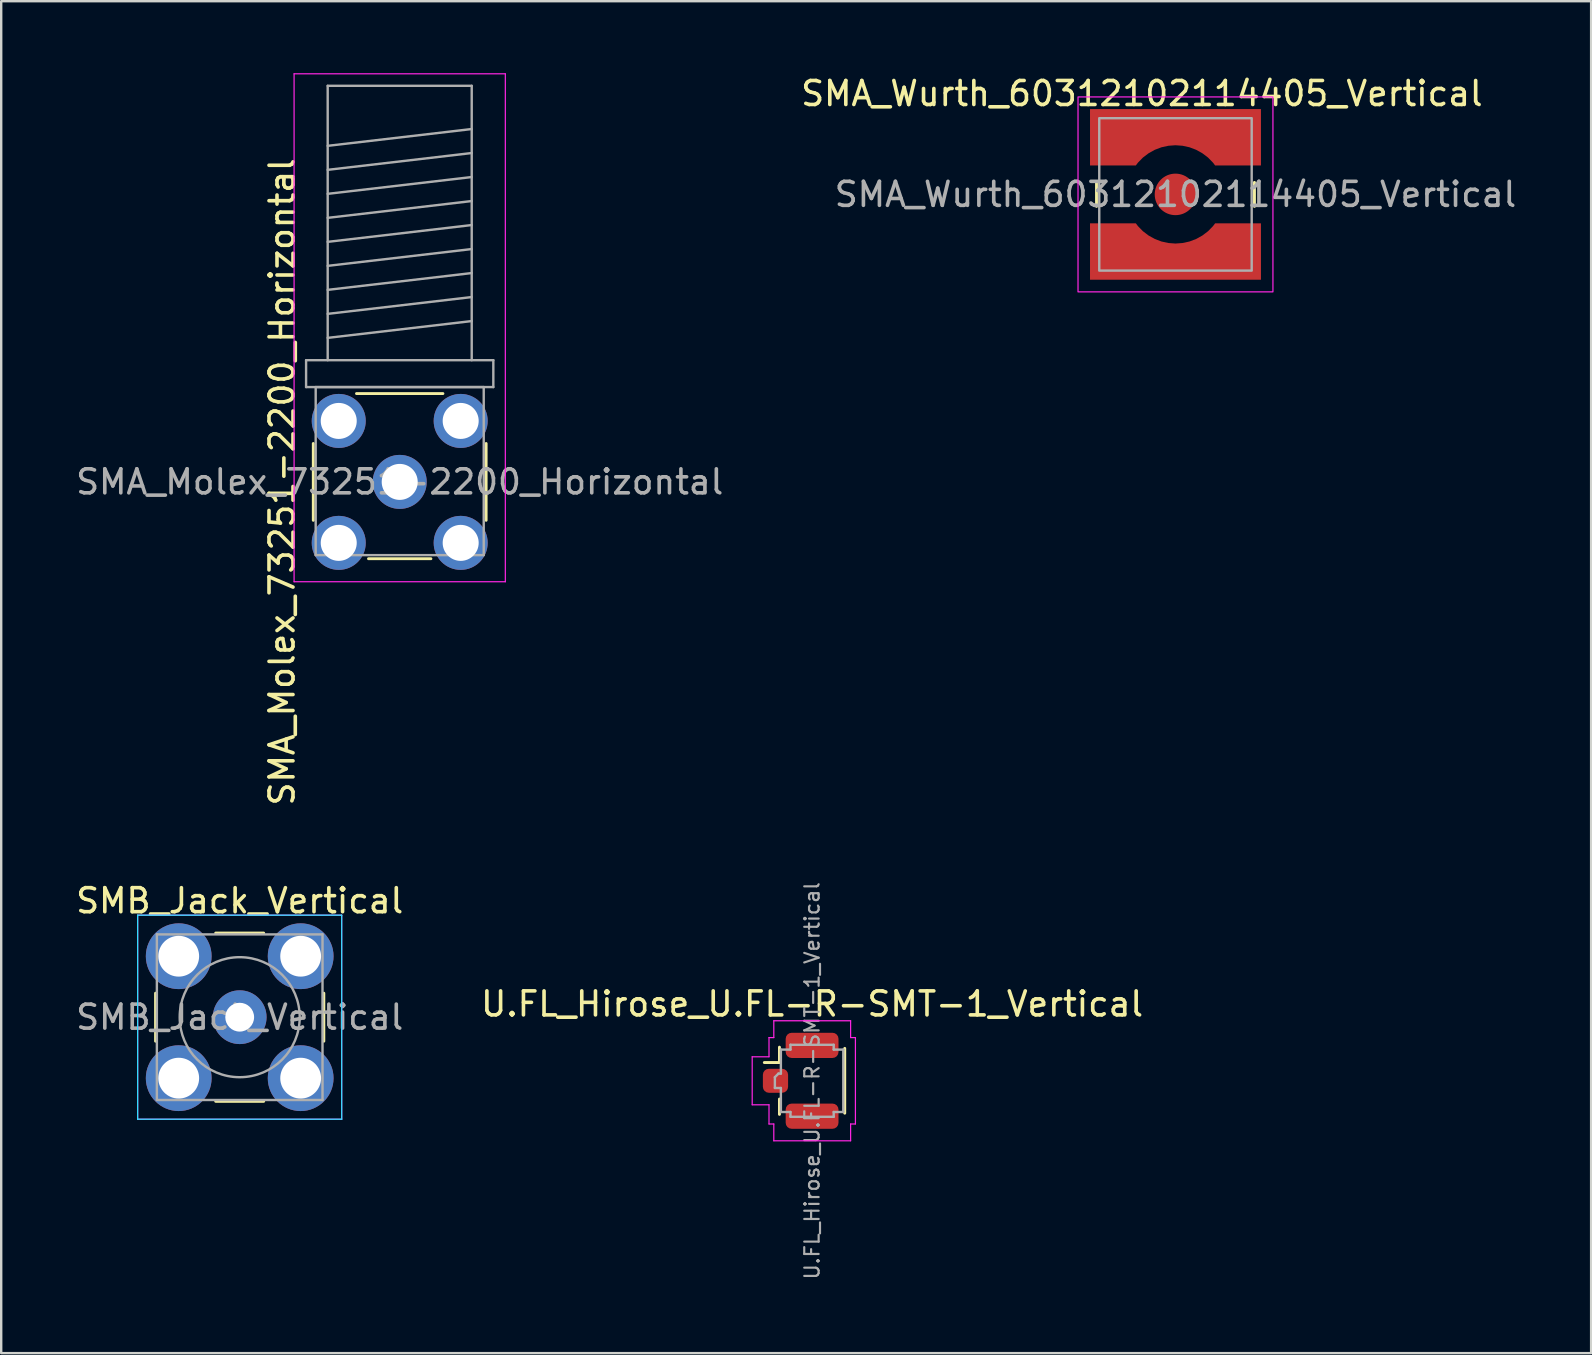
<source format=kicad_pcb>
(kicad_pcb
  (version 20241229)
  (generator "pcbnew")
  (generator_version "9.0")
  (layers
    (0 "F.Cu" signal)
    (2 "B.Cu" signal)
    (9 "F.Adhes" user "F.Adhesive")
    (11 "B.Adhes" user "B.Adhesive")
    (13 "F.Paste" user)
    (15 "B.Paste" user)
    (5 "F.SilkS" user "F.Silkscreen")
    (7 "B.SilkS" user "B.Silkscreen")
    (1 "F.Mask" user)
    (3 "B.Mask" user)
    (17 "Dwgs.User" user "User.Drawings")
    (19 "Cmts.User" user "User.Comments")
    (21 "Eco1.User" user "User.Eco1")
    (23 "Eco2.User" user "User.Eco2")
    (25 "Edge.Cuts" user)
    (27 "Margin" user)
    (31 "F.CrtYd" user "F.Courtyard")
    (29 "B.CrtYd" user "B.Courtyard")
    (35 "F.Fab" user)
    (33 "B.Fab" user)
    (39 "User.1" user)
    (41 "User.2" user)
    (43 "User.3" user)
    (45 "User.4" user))
  (footprint "SMB_Jack_Vertical"
    (layer "F.Cu")
    (at 6.935 39.324)
    (property "Reference" "SMB_Jack_Vertical" (at 0 -4.85 0) (layer "F.SilkS") (effects (font (size 1 1) (thickness 0.15))))
    (attr through_hole)
    (fp_line (start -3.505 1) (end -3.505 -1) (stroke (width 0.12) (type solid)) (layer "F.SilkS"))
    (fp_line (start -1 -3.505) (end 1 -3.505) (stroke (width 0.12) (type solid)) (layer "F.SilkS"))
    (fp_line (start 1 3.505) (end -1 3.505) (stroke (width 0.12) (type solid)) (layer "F.SilkS"))
    (fp_line (start 3.505 -1) (end 3.505 1) (stroke (width 0.12) (type solid)) (layer "F.SilkS"))
    (fp_line (start -4.25 -4.25) (end 4.25 -4.25) (stroke (width 0.05) (type solid)) (layer "B.CrtYd"))
    (fp_line (start -4.25 4.25) (end -4.25 -4.25) (stroke (width 0.05) (type solid)) (layer "B.CrtYd"))
    (fp_line (start 4.25 -4.25) (end 4.25 4.25) (stroke (width 0.05) (type solid)) (layer "B.CrtYd"))
    (fp_line (start 4.25 4.25) (end -4.25 4.25) (stroke (width 0.05) (type solid)) (layer "B.CrtYd"))
    (fp_line (start -4.25 -4.25) (end 4.25 -4.25) (stroke (width 0.05) (type solid)) (layer "F.CrtYd"))
    (fp_line (start -4.25 4.25) (end -4.25 -4.25) (stroke (width 0.05) (type solid)) (layer "F.CrtYd"))
    (fp_line (start 4.25 -4.25) (end 4.25 4.25) (stroke (width 0.05) (type solid)) (layer "F.CrtYd"))
    (fp_line (start 4.25 4.25) (end -4.25 4.25) (stroke (width 0.05) (type solid)) (layer "F.CrtYd"))
    (fp_line (start -3.45 -3.45) (end -3.45 3.45) (stroke (width 0.1) (type solid)) (layer "F.Fab"))
    (fp_line (start -3.45 3.45) (end 3.45 3.45) (stroke (width 0.1) (type solid)) (layer "F.Fab"))
    (fp_line (start 3.45 -3.45) (end -3.45 -3.45) (stroke (width 0.1) (type solid)) (layer "F.Fab"))
    (fp_line (start 3.45 3.45) (end 3.45 -3.45) (stroke (width 0.1) (type solid)) (layer "F.Fab"))
    (fp_circle (center 0 0) (end 2.5 0) (stroke (width 0.1) (type solid)) (fill no) (layer "F.Fab"))
    (fp_text user "${REFERENCE}" (at 0 0 0) (layer "F.Fab") (effects (font (size 1 1) (thickness 0.15))))
    (pad "1" thru_hole circle (at 0 0) (size 2.24 2.24) (drill 1.2) (layers "*.Cu" "*.Mask"))
    (pad "2" thru_hole circle (at -2.54 -2.54) (size 2.74 2.74) (drill 1.7) (layers "*.Cu" "*.Mask"))
    (pad "2" thru_hole circle (at -2.54 2.54) (size 2.74 2.74) (drill 1.7) (layers "*.Cu" "*.Mask"))
    (pad "2" thru_hole circle (at 2.54 -2.54) (size 2.74 2.74) (drill 1.7) (layers "*.Cu" "*.Mask"))
    (pad "2" thru_hole circle (at 2.54 2.54) (size 2.74 2.74) (drill 1.7) (layers "*.Cu" "*.Mask")))
  (footprint "SMA_Wurth_60312102114405_Vertical"
    (layer "F.Cu")
    (at 45.918 5.048)
    (property "Reference" "SMA_Wurth_60312102114405_Vertical" (at -1.4 -4.2 0) (unlocked yes) (layer "F.SilkS") (effects (font (size 1 1) (thickness 0.15))))
    (attr smd)
    (fp_line (start -3.29 -0.5) (end -3.29 0.5) (stroke (width 0.12) (type default)) (layer "F.SilkS"))
    (fp_line (start 3.29 -0.5) (end 3.29 0.5) (stroke (width 0.12) (type default)) (layer "F.SilkS"))
    (fp_poly (pts (xy -1.652 1.205) (xy -3.56 1.205) (xy -3.56 3.555) (xy -1.205 3.555) (xy -1.205 1.652) (xy -1.332 1.556) (xy -1.556 1.332)) (stroke (width 0.001) (type solid)) (fill yes) (layer "F.Paste"))
    (fp_poly (pts (xy -1.205 -1.652) (xy -1.205 -3.555) (xy -3.56 -3.555) (xy -3.56 -1.205) (xy -1.652 -1.205) (xy -1.556 -1.332) (xy -1.332 -1.556)) (stroke (width 0.001) (type solid)) (fill yes) (layer "F.Paste"))
    (fp_poly (pts (xy 1.205 1.652) (xy 1.205 3.555) (xy 3.56 3.555) (xy 3.56 1.205) (xy 1.652 1.205) (xy 1.556 1.332) (xy 1.332 1.556)) (stroke (width 0.001) (type solid)) (fill yes) (layer "F.Paste"))
    (fp_poly (pts (xy 1.652 -1.205) (xy 3.56 -1.205) (xy 3.56 -3.555) (xy 1.205 -3.555) (xy 1.205 -1.652) (xy 1.332 -1.556) (xy 1.556 -1.332)) (stroke (width 0.001) (type solid)) (fill yes) (layer "F.Paste"))
    (fp_rect (start 4.06 -4.06) (end -4.06 4.06) (stroke (width 0.05) (type default)) (fill no) (layer "F.CrtYd"))
    (fp_rect (start 3.175 -3.175) (end -3.175 3.175) (stroke (width 0.1) (type default)) (fill no) (layer "F.Fab"))
    (fp_text user "${REFERENCE}" (at 0 0 0) (unlocked yes) (layer "F.Fab") (effects (font (size 1 1) (thickness 0.15))))
    (pad "1" smd circle (at 0 0 270) (size 1.73 1.73) (layers "F.Cu" "F.Mask" "F.Paste"))
    (pad "2" smd custom (at 0 -2.8 90) (size 1 1) (layers "F.Cu" "F.Mask") (options (anchor rect)) (primitives (gr_poly (pts (xy -1.595 1.652) (xy -1.595 3.56) (xy 0.755 3.56) (xy 0.755 -3.56) (xy -1.595 -3.56) (xy -1.595 -1.652) (xy -1.477 -1.563) (xy -1.265 -1.356) (xy -1.086 -1.12) (xy -0.942 -0.861) (xy -0.837 -0.584) (xy -0.774 -0.295) (xy -0.752 0) (xy -0.774 0.295) (xy -0.837 0.584) (xy -0.942 0.861) (xy -1.086 1.12) (xy -1.265 1.356) (xy -1.477 1.563)) (width 0.001) (fill yes))))
    (pad "2" smd custom (at 0 2.8 270) (size 1 1) (layers "F.Cu" "F.Mask") (options (anchor rect)) (primitives (gr_poly (pts (xy -0.837 0.584) (xy -0.942 0.861) (xy -1.086 1.12) (xy -1.265 1.356) (xy -1.477 1.563) (xy -1.595 1.652) (xy -1.595 3.56) (xy 0.755 3.56) (xy 0.755 -3.56) (xy -1.595 -3.56) (xy -1.595 -1.652) (xy -1.477 -1.563) (xy -1.265 -1.356) (xy -1.086 -1.12) (xy -0.942 -0.861) (xy -0.837 -0.584) (xy -0.774 -0.295) (xy -0.752 0) (xy -0.774 0.295)) (width 0.001) (fill yes)))))
  (footprint "SMA_Molex_73251-2200_Horizontal"
    (layer "F.Cu")
    (at 13.601 17.025)
    (property "Reference" "SMA_Molex_73251-2200_Horizontal" (at -4.9 0 90) (layer "F.SilkS") (effects (font (size 1 1) (thickness 0.15))))
    (attr through_hole)
    (fp_line (start -3.6 -1.6) (end -3.6 1.6) (stroke (width 0.12) (type solid)) (layer "F.SilkS"))
    (fp_line (start -1.8 -3.68) (end 1.8 -3.68) (stroke (width 0.12) (type solid)) (layer "F.SilkS"))
    (fp_line (start -1.3 3.2) (end 1.3 3.2) (stroke (width 0.12) (type solid)) (layer "F.SilkS"))
    (fp_line (start 3.6 -1.6) (end 3.6 1.6) (stroke (width 0.12) (type solid)) (layer "F.SilkS"))
    (fp_line (start -4.4 -17) (end -4.4 4.16) (stroke (width 0.05) (type solid)) (layer "F.CrtYd"))
    (fp_line (start -4.4 -17) (end 4.4 -17) (stroke (width 0.05) (type solid)) (layer "F.CrtYd"))
    (fp_line (start 4.4 4.16) (end -4.4 4.16) (stroke (width 0.05) (type solid)) (layer "F.CrtYd"))
    (fp_line (start 4.4 4.16) (end 4.4 -17) (stroke (width 0.05) (type solid)) (layer "F.CrtYd"))
    (fp_line (start -3.9 -5.07) (end -3.9 -3.95) (stroke (width 0.1) (type solid)) (layer "F.Fab"))
    (fp_line (start -3.9 -3.95) (end 3.9 -3.95) (stroke (width 0.1) (type solid)) (layer "F.Fab"))
    (fp_line (start -3.5 -3.95) (end -3.5 3.05) (stroke (width 0.1) (type solid)) (layer "F.Fab"))
    (fp_line (start -3.5 -3.95) (end 3.5 -3.95) (stroke (width 0.1) (type solid)) (layer "F.Fab"))
    (fp_line (start -3.5 3.05) (end 3.5 3.05) (stroke (width 0.1) (type solid)) (layer "F.Fab"))
    (fp_line (start -3 -16.5) (end -3 -5.07) (stroke (width 0.1) (type solid)) (layer "F.Fab"))
    (fp_line (start -3 -16.5) (end 3 -16.5) (stroke (width 0.1) (type solid)) (layer "F.Fab"))
    (fp_line (start -3 -14) (end 3 -14.7) (stroke (width 0.1) (type solid)) (layer "F.Fab"))
    (fp_line (start -3 -13) (end 3 -13.7) (stroke (width 0.1) (type solid)) (layer "F.Fab"))
    (fp_line (start -3 -12) (end 3 -12.7) (stroke (width 0.1) (type solid)) (layer "F.Fab"))
    (fp_line (start -3 -11) (end 3 -11.7) (stroke (width 0.1) (type solid)) (layer "F.Fab"))
    (fp_line (start -3 -10) (end 3 -10.7) (stroke (width 0.1) (type solid)) (layer "F.Fab"))
    (fp_line (start -3 -9) (end 3 -9.7) (stroke (width 0.1) (type solid)) (layer "F.Fab"))
    (fp_line (start -3 -8) (end 3 -8.7) (stroke (width 0.1) (type solid)) (layer "F.Fab"))
    (fp_line (start -3 -7) (end 3 -7.7) (stroke (width 0.1) (type solid)) (layer "F.Fab"))
    (fp_line (start -3 -6) (end 3 -6.7) (stroke (width 0.1) (type solid)) (layer "F.Fab"))
    (fp_line (start 3 -16.5) (end 3 -5.07) (stroke (width 0.1) (type solid)) (layer "F.Fab"))
    (fp_line (start 3.5 -3.95) (end 3.5 3.05) (stroke (width 0.1) (type solid)) (layer "F.Fab"))
    (fp_line (start 3.9 -5.07) (end -3.9 -5.07) (stroke (width 0.1) (type solid)) (layer "F.Fab"))
    (fp_line (start 3.9 -3.95) (end 3.9 -5.07) (stroke (width 0.1) (type solid)) (layer "F.Fab"))
    (fp_text user "${REFERENCE}" (at 0 0 0) (layer "F.Fab") (effects (font (size 1 1) (thickness 0.15))))
    (pad "1" thru_hole circle (at 0 0) (size 2.25 2.25) (drill 1.5) (layers "*.Cu" "*.Mask"))
    (pad "2" thru_hole circle (at -2.54 -2.54) (size 2.25 2.25) (drill 1.5) (layers "*.Cu" "*.Mask"))
    (pad "2" thru_hole circle (at -2.54 2.54) (size 2.25 2.25) (drill 1.5) (layers "*.Cu" "*.Mask"))
    (pad "2" thru_hole circle (at 2.54 -2.54) (size 2.25 2.25) (drill 1.5) (layers "*.Cu" "*.Mask"))
    (pad "2" thru_hole circle (at 2.54 2.54 90) (size 2.25 2.25) (drill 1.5) (layers "*.Cu" "*.Mask")))
  (footprint "U.FL_Hirose_U.FL-R-SMT-1_Vertical"
    (layer "F.Cu")
    (at 30.305 41.973)
    (property "Reference" "U.FL_Hirose_U.FL-R-SMT-1_Vertical" (at 0.475 -3.2 0) (layer "F.SilkS") (effects (font (size 1 1) (thickness 0.15))))
    (attr smd)
    (fp_rect (start -0.515 -0.94) (end 1.575 0.94) (stroke (width 0) (type solid)) (fill yes) (layer "F.Mask"))
    (fp_line (start -0.885 -1.4) (end -0.885 -0.76) (stroke (width 0.12) (type solid)) (layer "F.SilkS"))
    (fp_line (start -0.885 -0.76) (end -1.515 -0.76) (stroke (width 0.12) (type solid)) (layer "F.SilkS"))
    (fp_line (start -0.885 1.4) (end -0.885 0.76) (stroke (width 0.12) (type solid)) (layer "F.SilkS"))
    (fp_line (start 1.835 -1.35) (end 1.835 1.35) (stroke (width 0.12) (type solid)) (layer "F.SilkS"))
    (fp_line (start -2.02 1) (end -2.02 -1) (stroke (width 0.05) (type solid)) (layer "F.CrtYd"))
    (fp_line (start -1.32 -1.8) (end -1.12 -1.8) (stroke (width 0.05) (type solid)) (layer "F.CrtYd"))
    (fp_line (start -1.32 -1) (end -2.02 -1) (stroke (width 0.05) (type solid)) (layer "F.CrtYd"))
    (fp_line (start -1.32 -1) (end -1.32 -1.8) (stroke (width 0.05) (type solid)) (layer "F.CrtYd"))
    (fp_line (start -1.32 1) (end -2.02 1) (stroke (width 0.05) (type solid)) (layer "F.CrtYd"))
    (fp_line (start -1.32 1.8) (end -1.32 1) (stroke (width 0.05) (type solid)) (layer "F.CrtYd"))
    (fp_line (start -1.32 1.8) (end -1.12 1.8) (stroke (width 0.05) (type solid)) (layer "F.CrtYd"))
    (fp_line (start -1.12 -1.8) (end -1.12 -2.5) (stroke (width 0.05) (type solid)) (layer "F.CrtYd"))
    (fp_line (start -1.12 2.5) (end -1.12 1.8) (stroke (width 0.05) (type solid)) (layer "F.CrtYd"))
    (fp_line (start 2.08 -2.5) (end -1.12 -2.5) (stroke (width 0.05) (type solid)) (layer "F.CrtYd"))
    (fp_line (start 2.08 -1.8) (end 2.08 -2.5) (stroke (width 0.05) (type solid)) (layer "F.CrtYd"))
    (fp_line (start 2.08 -1.8) (end 2.28 -1.8) (stroke (width 0.05) (type solid)) (layer "F.CrtYd"))
    (fp_line (start 2.08 1.8) (end 2.28 1.8) (stroke (width 0.05) (type solid)) (layer "F.CrtYd"))
    (fp_line (start 2.08 2.5) (end -1.12 2.5) (stroke (width 0.05) (type solid)) (layer "F.CrtYd"))
    (fp_line (start 2.08 2.5) (end 2.08 1.8) (stroke (width 0.05) (type solid)) (layer "F.CrtYd"))
    (fp_line (start 2.28 1.8) (end 2.28 -1.8) (stroke (width 0.05) (type solid)) (layer "F.CrtYd"))
    (fp_line (start -1.075 0.3) (end -1.075 -0.15) (stroke (width 0.1) (type solid)) (layer "F.Fab"))
    (fp_line (start -1.075 0.3) (end -0.825 0.3) (stroke (width 0.1) (type solid)) (layer "F.Fab"))
    (fp_line (start -0.925 -0.3) (end -1.075 -0.15) (stroke (width 0.1) (type solid)) (layer "F.Fab"))
    (fp_line (start -0.925 -0.3) (end -0.825 -0.3) (stroke (width 0.1) (type solid)) (layer "F.Fab"))
    (fp_line (start -0.825 -0.3) (end -0.825 -1.3) (stroke (width 0.1) (type solid)) (layer "F.Fab"))
    (fp_line (start -0.825 0.3) (end -0.825 1.3) (stroke (width 0.1) (type solid)) (layer "F.Fab"))
    (fp_line (start -0.425 -1.5) (end -0.425 -1.3) (stroke (width 0.1) (type solid)) (layer "F.Fab"))
    (fp_line (start -0.425 -1.5) (end 1.375 -1.5) (stroke (width 0.1) (type solid)) (layer "F.Fab"))
    (fp_line (start -0.425 -1.3) (end -0.825 -1.3) (stroke (width 0.1) (type solid)) (layer "F.Fab"))
    (fp_line (start -0.425 1.3) (end -0.825 1.3) (stroke (width 0.1) (type solid)) (layer "F.Fab"))
    (fp_line (start -0.425 1.5) (end -0.425 1.3) (stroke (width 0.1) (type solid)) (layer "F.Fab"))
    (fp_line (start -0.425 1.5) (end 1.375 1.5) (stroke (width 0.1) (type solid)) (layer "F.Fab"))
    (fp_line (start 1.375 -1.5) (end 1.375 -1.3) (stroke (width 0.1) (type solid)) (layer "F.Fab"))
    (fp_line (start 1.375 1.5) (end 1.375 1.3) (stroke (width 0.1) (type solid)) (layer "F.Fab"))
    (fp_line (start 1.775 -1.3) (end 1.375 -1.3) (stroke (width 0.1) (type solid)) (layer "F.Fab"))
    (fp_line (start 1.775 -1.3) (end 1.775 1.3) (stroke (width 0.1) (type solid)) (layer "F.Fab"))
    (fp_line (start 1.775 1.3) (end 1.375 1.3) (stroke (width 0.1) (type solid)) (layer "F.Fab"))
    (fp_text user "${REFERENCE}" (at 0.475 0 90) (layer "F.Fab") (effects (font (size 0.6 0.6) (thickness 0.09))))
    (pad "1" smd roundrect (at -1.05 0) (size 1.05 1) (layers "F.Cu" "F.Mask" "F.Paste") (roundrect_rratio 0.25))
    (pad "2" smd roundrect (at 0.475 -1.475) (size 2.2 1.05) (layers "F.Cu" "F.Mask" "F.Paste") (roundrect_rratio 0.238))
    (pad "2" smd roundrect (at 0.475 1.475) (size 2.2 1.05) (layers "F.Cu" "F.Mask" "F.Paste") (roundrect_rratio 0.238))
    (zone (net_name "") (layers "F.Cu" "B.Cu") (hatch edge 0.5) (connect_pads) (min_thickness 0.25) (filled_areas_thickness no) (keepout (tracks not_allowed) (vias not_allowed) (pads not_allowed) (copperpour not_allowed) (footprints allowed)) (placement (enabled no)) (fill) (polygon (pts (xy 31.88 41.023) (xy 29.79 41.023) (xy 29.79 42.923) (xy 31.88 42.923)))))
  (gr_rect
    (start -3 -3)
    (end 63.233 53.319)
    (stroke (width 0.1) (type default))
    (fill no)
    (layer "Edge.Cuts")))
</source>
